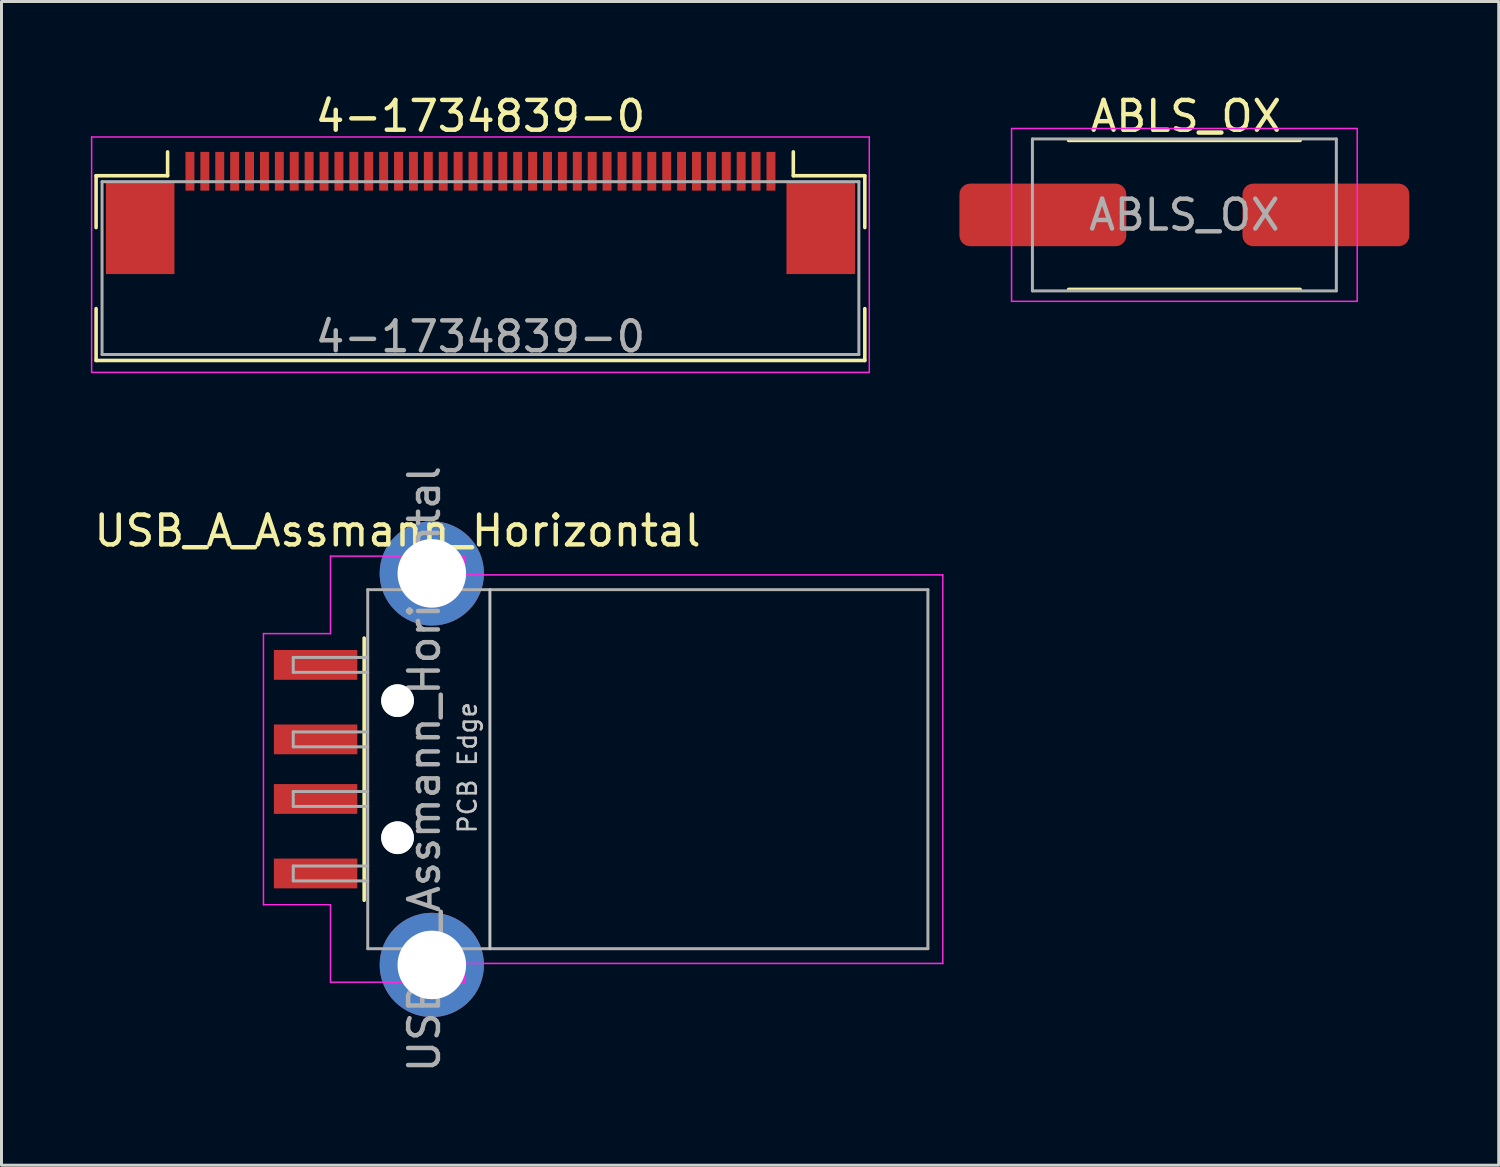
<source format=kicad_pcb>
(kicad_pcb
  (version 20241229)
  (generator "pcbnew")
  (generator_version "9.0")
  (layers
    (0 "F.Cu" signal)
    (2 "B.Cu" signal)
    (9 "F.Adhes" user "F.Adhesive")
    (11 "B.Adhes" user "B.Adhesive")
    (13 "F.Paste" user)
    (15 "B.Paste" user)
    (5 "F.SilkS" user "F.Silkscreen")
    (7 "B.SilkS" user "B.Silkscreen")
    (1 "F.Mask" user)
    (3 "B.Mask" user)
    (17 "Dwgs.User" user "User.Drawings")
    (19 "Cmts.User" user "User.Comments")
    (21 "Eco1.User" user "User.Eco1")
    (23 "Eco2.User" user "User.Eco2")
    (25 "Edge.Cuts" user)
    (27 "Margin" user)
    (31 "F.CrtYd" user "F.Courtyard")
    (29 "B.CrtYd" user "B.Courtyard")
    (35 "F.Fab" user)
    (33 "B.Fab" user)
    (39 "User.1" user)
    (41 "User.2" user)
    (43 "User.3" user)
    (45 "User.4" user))
  (footprint "USB_A_Assmann_Horizontal"
    (layer "F.Cu")
    (at 17.192 22.765)
    (property "Reference" "USB_A_Assmann_Horizontal" (at -6.9 -8 0) (layer "F.SilkS") (effects (font (size 1 1) (thickness 0.15))))
    (attr smd)
    (fp_line (start -8.02 -4.4) (end -8.02 4.4) (stroke (width 0.12) (type solid)) (layer "F.SilkS"))
    (fp_line (start -3.8 6.025) (end -3.8 -6.025) (stroke (width 0.1) (type solid)) (layer "Dwgs.User"))
    (fp_line (start -11.4 -4.55) (end -9.15 -4.55) (stroke (width 0.05) (type solid)) (layer "F.CrtYd"))
    (fp_line (start -11.4 4.55) (end -11.4 -4.55) (stroke (width 0.05) (type solid)) (layer "F.CrtYd"))
    (fp_line (start -11.4 4.55) (end -9.15 4.55) (stroke (width 0.05) (type solid)) (layer "F.CrtYd"))
    (fp_line (start -9.15 -7.15) (end -9.15 -4.55) (stroke (width 0.05) (type solid)) (layer "F.CrtYd"))
    (fp_line (start -9.15 -7.15) (end -4.65 -7.15) (stroke (width 0.05) (type solid)) (layer "F.CrtYd"))
    (fp_line (start -9.15 4.55) (end -9.15 7.15) (stroke (width 0.05) (type solid)) (layer "F.CrtYd"))
    (fp_line (start -9.15 7.15) (end -4.65 7.15) (stroke (width 0.05) (type solid)) (layer "F.CrtYd"))
    (fp_line (start -4.65 -6.52) (end -4.65 -7.15) (stroke (width 0.05) (type solid)) (layer "F.CrtYd"))
    (fp_line (start -4.65 -6.52) (end 11.4 -6.52) (stroke (width 0.05) (type solid)) (layer "F.CrtYd"))
    (fp_line (start -4.65 6.52) (end 11.4 6.52) (stroke (width 0.05) (type solid)) (layer "F.CrtYd"))
    (fp_line (start -4.65 7.15) (end -4.65 6.52) (stroke (width 0.05) (type solid)) (layer "F.CrtYd"))
    (fp_line (start 11.4 6.52) (end 11.4 -6.52) (stroke (width 0.05) (type solid)) (layer "F.CrtYd"))
    (fp_line (start -10.4 -3.75) (end -7.9 -3.75) (stroke (width 0.1) (type solid)) (layer "F.Fab"))
    (fp_line (start -10.4 -3.25) (end -10.4 -3.75) (stroke (width 0.1) (type solid)) (layer "F.Fab"))
    (fp_line (start -10.4 -3.25) (end -7.9 -3.25) (stroke (width 0.1) (type solid)) (layer "F.Fab"))
    (fp_line (start -10.4 -1.25) (end -7.9 -1.25) (stroke (width 0.1) (type solid)) (layer "F.Fab"))
    (fp_line (start -10.4 -0.75) (end -10.4 -1.25) (stroke (width 0.1) (type solid)) (layer "F.Fab"))
    (fp_line (start -10.4 -0.75) (end -7.9 -0.75) (stroke (width 0.1) (type solid)) (layer "F.Fab"))
    (fp_line (start -10.4 0.75) (end -7.9 0.75) (stroke (width 0.1) (type solid)) (layer "F.Fab"))
    (fp_line (start -10.4 1.25) (end -10.4 0.75) (stroke (width 0.1) (type solid)) (layer "F.Fab"))
    (fp_line (start -10.4 1.25) (end -7.9 1.25) (stroke (width 0.1) (type solid)) (layer "F.Fab"))
    (fp_line (start -10.4 3.25) (end -7.9 3.25) (stroke (width 0.1) (type solid)) (layer "F.Fab"))
    (fp_line (start -10.4 3.75) (end -10.4 3.25) (stroke (width 0.1) (type solid)) (layer "F.Fab"))
    (fp_line (start -10.4 3.75) (end -7.9 3.75) (stroke (width 0.1) (type solid)) (layer "F.Fab"))
    (fp_line (start -7.9 -6.025) (end 10.9 -6.025) (stroke (width 0.1) (type solid)) (layer "F.Fab"))
    (fp_line (start -7.9 6.025) (end -7.9 -6.025) (stroke (width 0.1) (type solid)) (layer "F.Fab"))
    (fp_line (start -7.9 6.025) (end 10.9 6.025) (stroke (width 0.1) (type solid)) (layer "F.Fab"))
    (fp_line (start 10.9 6.025) (end 10.9 -6.025) (stroke (width 0.1) (type solid)) (layer "F.Fab"))
    (fp_circle (center -6.9 -2.3) (end -6.9 -2.8) (stroke (width 0.1) (type solid)) (fill no) (layer "F.Fab"))
    (fp_circle (center -6.9 2.3) (end -6.9 2.8) (stroke (width 0.1) (type solid)) (fill no) (layer "F.Fab"))
    (fp_text user "PCB Edge" (at -4.55 -0.05 90) (layer "Dwgs.User") (effects (font (size 0.6 0.6) (thickness 0.09))))
    (fp_text user "${REFERENCE}" (at -6 0 90) (layer "F.Fab") (effects (font (size 1 1) (thickness 0.15))))
    (pad "" np_thru_hole circle (at -6.9 -2.3) (size 1.1 1.1) (drill 1.1) (layers "*.Cu" "*.Mask"))
    (pad "" np_thru_hole circle (at -6.9 2.3) (size 1.1 1.1) (drill 1.1) (layers "*.Cu" "*.Mask"))
    (pad "1" smd rect (at -9.65 -3.5) (size 2.8 1) (layers "F.Cu" "F.Mask" "F.Paste"))
    (pad "2" smd rect (at -9.65 -1) (size 2.8 1) (layers "F.Cu" "F.Mask" "F.Paste"))
    (pad "3" smd rect (at -9.65 1) (size 2.8 1) (layers "F.Cu" "F.Mask" "F.Paste"))
    (pad "4" smd rect (at -9.65 3.5) (size 2.8 1) (layers "F.Cu" "F.Mask" "F.Paste"))
    (pad "5" thru_hole circle (at -5.75 -6.57) (size 3.5 3.5) (drill 2.3) (layers "*.Cu" "*.Mask"))
    (pad "5" thru_hole circle (at -5.75 6.57) (size 3.5 3.5) (drill 2.3) (layers "*.Cu" "*.Mask")))
  (footprint "ABLS_OX"
    (layer "F.Cu")
    (at 36.7 4.163)
    (property "Reference" "ABLS_OX" (at 0.051 -3.315 0) (layer "F.SilkS") (effects (font (size 1 1) (thickness 0.15))))
    (attr smd)
    (fp_line (start -3.886 -2.5) (end 3.886 -2.5) (stroke (width 0.12) (type solid)) (layer "F.SilkS"))
    (fp_line (start -3.886 2.5) (end 3.886 2.5) (stroke (width 0.12) (type solid)) (layer "F.SilkS"))
    (fp_line (start -5.8 -2.9) (end 5.8 -2.9) (stroke (width 0.05) (type solid)) (layer "F.CrtYd"))
    (fp_line (start -5.8 2.9) (end -5.8 -2.9) (stroke (width 0.05) (type solid)) (layer "F.CrtYd"))
    (fp_line (start 5.8 -2.9) (end 5.8 2.9) (stroke (width 0.05) (type solid)) (layer "F.CrtYd"))
    (fp_line (start 5.8 2.9) (end -5.8 2.9) (stroke (width 0.05) (type solid)) (layer "F.CrtYd"))
    (fp_line (start -5.1 -2.55) (end 5.1 -2.55) (stroke (width 0.1) (type solid)) (layer "F.Fab"))
    (fp_line (start -5.1 2.55) (end -5.1 -2.55) (stroke (width 0.1) (type solid)) (layer "F.Fab"))
    (fp_line (start 5.1 -2.55) (end 5.1 2.55) (stroke (width 0.1) (type solid)) (layer "F.Fab"))
    (fp_line (start 5.1 2.55) (end -5.1 2.55) (stroke (width 0.1) (type solid)) (layer "F.Fab"))
    (fp_text user "${REFERENCE}" (at 0 0 0) (layer "F.Fab") (effects (font (size 1 1) (thickness 0.15))))
    (pad "1" smd roundrect (at -4.75 0) (size 5.6 2.1) (layers "F.Cu" "F.Mask" "F.Paste") (roundrect_rratio 0.169))
    (pad "2" smd roundrect (at 4.75 0) (size 5.6 2.1) (layers "F.Cu" "F.Mask" "F.Paste") (roundrect_rratio 0.169)))
  (footprint "4-1734839-0"
    (layer "F.Cu")
    (at 13.075 4.548)
    (property "Reference" "4-1734839-0" (at 0 -3.7 0) (layer "F.SilkS") (effects (font (size 1 1) (thickness 0.15))))
    (attr smd)
    (fp_line (start -12.9 -1.7) (end -12.9 0.04) (stroke (width 0.12) (type solid)) (layer "F.SilkS"))
    (fp_line (start -12.9 -1.7) (end -10.5 -1.7) (stroke (width 0.12) (type solid)) (layer "F.SilkS"))
    (fp_line (start -12.9 2.76) (end -12.9 4.5) (stroke (width 0.12) (type solid)) (layer "F.SilkS"))
    (fp_line (start -12.9 4.5) (end 12.9 4.5) (stroke (width 0.12) (type solid)) (layer "F.SilkS"))
    (fp_line (start -10.5 -1.7) (end -10.5 -2.5) (stroke (width 0.12) (type solid)) (layer "F.SilkS"))
    (fp_line (start 10.5 -1.7) (end 10.5 -2.5) (stroke (width 0.12) (type solid)) (layer "F.SilkS"))
    (fp_line (start 10.5 -1.7) (end 12.9 -1.7) (stroke (width 0.12) (type solid)) (layer "F.SilkS"))
    (fp_line (start 12.9 -1.7) (end 12.9 0.04) (stroke (width 0.12) (type solid)) (layer "F.SilkS"))
    (fp_line (start 12.9 4.5) (end 12.9 2.76) (stroke (width 0.12) (type solid)) (layer "F.SilkS"))
    (fp_line (start -13.05 -3) (end -13.05 4.9) (stroke (width 0.05) (type solid)) (layer "F.CrtYd"))
    (fp_line (start -13.05 4.9) (end 13.05 4.9) (stroke (width 0.05) (type solid)) (layer "F.CrtYd"))
    (fp_line (start 13.05 -3) (end -13.05 -3) (stroke (width 0.05) (type solid)) (layer "F.CrtYd"))
    (fp_line (start 13.05 4.9) (end 13.05 -3) (stroke (width 0.05) (type solid)) (layer "F.CrtYd"))
    (fp_line (start -12.7 -1.5) (end -12.7 4.3) (stroke (width 0.1) (type solid)) (layer "F.Fab"))
    (fp_line (start -12.7 -1.5) (end 12.7 -1.5) (stroke (width 0.1) (type solid)) (layer "F.Fab"))
    (fp_line (start 12.7 -1.5) (end 12.7 4.3) (stroke (width 0.1) (type solid)) (layer "F.Fab"))
    (fp_line (start 12.7 4.3) (end -12.7 4.3) (stroke (width 0.1) (type solid)) (layer "F.Fab"))
    (fp_text user "${REFERENCE}" (at 0 3.7 0) (layer "F.Fab") (effects (font (size 1 1) (thickness 0.15))))
    (pad "1" smd rect (at -9.75 -1.85) (size 0.3 1.3) (layers "F.Cu" "F.Mask" "F.Paste"))
    (pad "2" smd rect (at -9.25 -1.85) (size 0.3 1.3) (layers "F.Cu" "F.Mask" "F.Paste"))
    (pad "3" smd rect (at -8.75 -1.85) (size 0.3 1.3) (layers "F.Cu" "F.Mask" "F.Paste"))
    (pad "4" smd rect (at -8.25 -1.85) (size 0.3 1.3) (layers "F.Cu" "F.Mask" "F.Paste"))
    (pad "5" smd rect (at -7.75 -1.85) (size 0.3 1.3) (layers "F.Cu" "F.Mask" "F.Paste"))
    (pad "6" smd rect (at -7.25 -1.85) (size 0.3 1.3) (layers "F.Cu" "F.Mask" "F.Paste"))
    (pad "7" smd rect (at -6.75 -1.85) (size 0.3 1.3) (layers "F.Cu" "F.Mask" "F.Paste"))
    (pad "8" smd rect (at -6.25 -1.85) (size 0.3 1.3) (layers "F.Cu" "F.Mask" "F.Paste"))
    (pad "9" smd rect (at -5.75 -1.85) (size 0.3 1.3) (layers "F.Cu" "F.Mask" "F.Paste"))
    (pad "10" smd rect (at -5.25 -1.85) (size 0.3 1.3) (layers "F.Cu" "F.Mask" "F.Paste"))
    (pad "11" smd rect (at -4.75 -1.85) (size 0.3 1.3) (layers "F.Cu" "F.Mask" "F.Paste"))
    (pad "12" smd rect (at -4.25 -1.85) (size 0.3 1.3) (layers "F.Cu" "F.Mask" "F.Paste"))
    (pad "13" smd rect (at -3.75 -1.85) (size 0.3 1.3) (layers "F.Cu" "F.Mask" "F.Paste"))
    (pad "14" smd rect (at -3.25 -1.85) (size 0.3 1.3) (layers "F.Cu" "F.Mask" "F.Paste"))
    (pad "15" smd rect (at -2.75 -1.85) (size 0.3 1.3) (layers "F.Cu" "F.Mask" "F.Paste"))
    (pad "16" smd rect (at -2.25 -1.85) (size 0.3 1.3) (layers "F.Cu" "F.Mask" "F.Paste"))
    (pad "17" smd rect (at -1.75 -1.85) (size 0.3 1.3) (layers "F.Cu" "F.Mask" "F.Paste"))
    (pad "18" smd rect (at -1.25 -1.85) (size 0.3 1.3) (layers "F.Cu" "F.Mask" "F.Paste"))
    (pad "19" smd rect (at -0.75 -1.85) (size 0.3 1.3) (layers "F.Cu" "F.Mask" "F.Paste"))
    (pad "20" smd rect (at -0.25 -1.85) (size 0.3 1.3) (layers "F.Cu" "F.Mask" "F.Paste"))
    (pad "21" smd rect (at 0.25 -1.85) (size 0.3 1.3) (layers "F.Cu" "F.Mask" "F.Paste"))
    (pad "22" smd rect (at 0.75 -1.85) (size 0.3 1.3) (layers "F.Cu" "F.Mask" "F.Paste"))
    (pad "23" smd rect (at 1.25 -1.85) (size 0.3 1.3) (layers "F.Cu" "F.Mask" "F.Paste"))
    (pad "24" smd rect (at 1.75 -1.85) (size 0.3 1.3) (layers "F.Cu" "F.Mask" "F.Paste"))
    (pad "25" smd rect (at 2.25 -1.85) (size 0.3 1.3) (layers "F.Cu" "F.Mask" "F.Paste"))
    (pad "26" smd rect (at 2.75 -1.85) (size 0.3 1.3) (layers "F.Cu" "F.Mask" "F.Paste"))
    (pad "27" smd rect (at 3.25 -1.85) (size 0.3 1.3) (layers "F.Cu" "F.Mask" "F.Paste"))
    (pad "28" smd rect (at 3.75 -1.85) (size 0.3 1.3) (layers "F.Cu" "F.Mask" "F.Paste"))
    (pad "29" smd rect (at 4.25 -1.85) (size 0.3 1.3) (layers "F.Cu" "F.Mask" "F.Paste"))
    (pad "30" smd rect (at 4.75 -1.85) (size 0.3 1.3) (layers "F.Cu" "F.Mask" "F.Paste"))
    (pad "31" smd rect (at 5.25 -1.85) (size 0.3 1.3) (layers "F.Cu" "F.Mask" "F.Paste"))
    (pad "32" smd rect (at 5.75 -1.85) (size 0.3 1.3) (layers "F.Cu" "F.Mask" "F.Paste"))
    (pad "33" smd rect (at 6.25 -1.85) (size 0.3 1.3) (layers "F.Cu" "F.Mask" "F.Paste"))
    (pad "34" smd rect (at 6.75 -1.85) (size 0.3 1.3) (layers "F.Cu" "F.Mask" "F.Paste"))
    (pad "35" smd rect (at 7.25 -1.85) (size 0.3 1.3) (layers "F.Cu" "F.Mask" "F.Paste"))
    (pad "36" smd rect (at 7.75 -1.85) (size 0.3 1.3) (layers "F.Cu" "F.Mask" "F.Paste"))
    (pad "37" smd rect (at 8.25 -1.85) (size 0.3 1.3) (layers "F.Cu" "F.Mask" "F.Paste"))
    (pad "38" smd rect (at 8.75 -1.85) (size 0.3 1.3) (layers "F.Cu" "F.Mask" "F.Paste"))
    (pad "39" smd rect (at 9.25 -1.85) (size 0.3 1.3) (layers "F.Cu" "F.Mask" "F.Paste"))
    (pad "40" smd rect (at 9.75 -1.85) (size 0.3 1.3) (layers "F.Cu" "F.Mask" "F.Paste"))
    (pad "MP" smd rect (at -11.42 0.05) (size 2.3 3.1) (layers "F.Cu" "F.Mask" "F.Paste"))
    (pad "MP" smd rect (at 11.42 0.05) (size 2.3 3.1) (layers "F.Cu" "F.Mask" "F.Paste")))
  (gr_rect
    (start -3 -3)
    (end 47.25 36.057)
    (stroke (width 0.1) (type default))
    (fill no)
    (layer "Edge.Cuts")))
</source>
